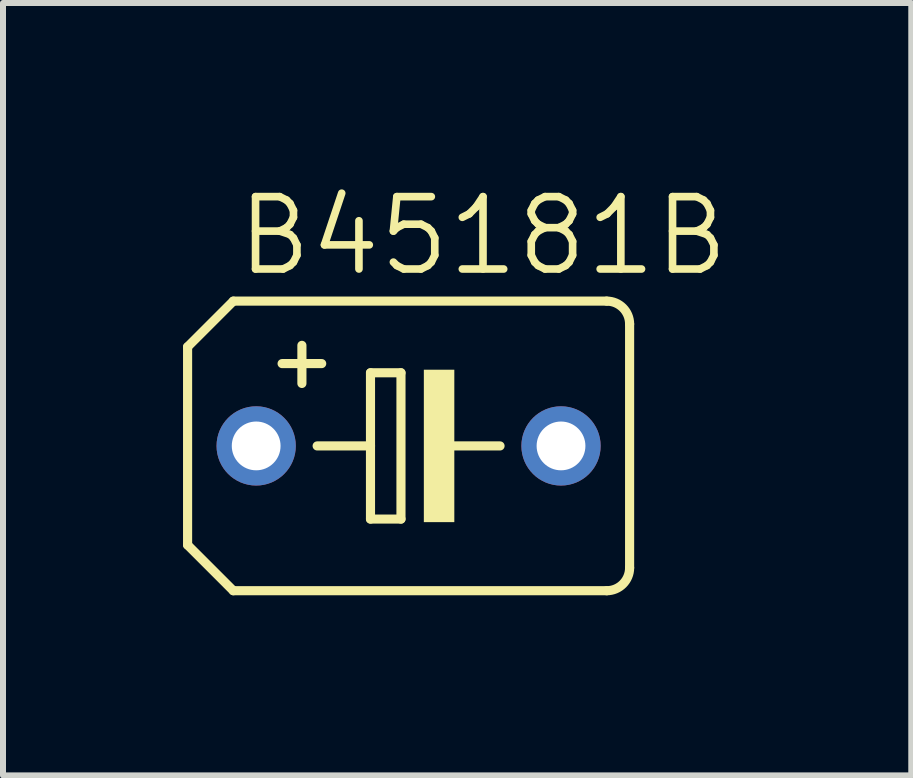
<source format=kicad_pcb>
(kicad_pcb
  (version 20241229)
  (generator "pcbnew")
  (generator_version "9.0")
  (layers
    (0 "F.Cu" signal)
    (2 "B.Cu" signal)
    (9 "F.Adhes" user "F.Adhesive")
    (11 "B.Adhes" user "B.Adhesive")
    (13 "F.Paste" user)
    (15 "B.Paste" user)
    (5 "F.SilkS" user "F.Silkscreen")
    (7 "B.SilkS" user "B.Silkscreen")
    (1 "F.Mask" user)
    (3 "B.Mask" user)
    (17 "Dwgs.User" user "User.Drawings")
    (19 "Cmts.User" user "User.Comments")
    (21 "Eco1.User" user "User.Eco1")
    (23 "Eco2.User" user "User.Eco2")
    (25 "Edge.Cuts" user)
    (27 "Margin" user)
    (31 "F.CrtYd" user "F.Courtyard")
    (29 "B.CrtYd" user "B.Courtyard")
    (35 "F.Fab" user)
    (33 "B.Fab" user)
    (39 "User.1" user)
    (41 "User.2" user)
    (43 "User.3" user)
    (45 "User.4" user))
  (footprint "B45181B"
    (layer "F.Cu")
    (at 3.759 4.381)
    (property "Reference" "B45181B" (at -2.921 -2.794 0) (layer "F.SilkS") (effects (font (size 1.206 1.206) (thickness 0.127)) (justify left bottom)))
    (attr through_hole)
    (fp_line (start -3.683 -1.651) (end -3.683 1.651) (stroke (width 0.152) (type solid)) (layer "F.SilkS"))
    (fp_line (start -3.683 -1.651) (end -2.921 -2.413) (stroke (width 0.152) (type solid)) (layer "F.SilkS"))
    (fp_line (start -2.921 2.413) (end -3.683 1.651) (stroke (width 0.152) (type solid)) (layer "F.SilkS"))
    (fp_line (start -2.921 2.413) (end 3.302 2.413) (stroke (width 0.152) (type solid)) (layer "F.SilkS"))
    (fp_line (start -1.778 -1.676) (end -1.778 -1.041) (stroke (width 0.152) (type solid)) (layer "F.SilkS"))
    (fp_line (start -1.524 0) (end -0.635 0) (stroke (width 0.152) (type solid)) (layer "F.SilkS"))
    (fp_line (start -1.448 -1.372) (end -2.108 -1.372) (stroke (width 0.152) (type solid)) (layer "F.SilkS"))
    (fp_line (start -0.635 -1.219) (end -0.635 0) (stroke (width 0.152) (type solid)) (layer "F.SilkS"))
    (fp_line (start -0.635 0) (end -0.635 1.219) (stroke (width 0.152) (type solid)) (layer "F.SilkS"))
    (fp_line (start -0.635 1.219) (end -0.127 1.219) (stroke (width 0.152) (type solid)) (layer "F.SilkS"))
    (fp_line (start -0.127 -1.219) (end -0.635 -1.219) (stroke (width 0.152) (type solid)) (layer "F.SilkS"))
    (fp_line (start -0.127 1.219) (end -0.127 -1.219) (stroke (width 0.152) (type solid)) (layer "F.SilkS"))
    (fp_line (start 0.635 0) (end 1.524 0) (stroke (width 0.152) (type solid)) (layer "F.SilkS"))
    (fp_line (start 3.302 -2.413) (end -2.921 -2.413) (stroke (width 0.152) (type solid)) (layer "F.SilkS"))
    (fp_line (start 3.683 -2.032) (end 3.683 2.032) (stroke (width 0.152) (type solid)) (layer "F.SilkS"))
    (fp_arc (start 3.302 -2.413) (mid 3.571408 -2.301408) (end 3.683 -2.032) (stroke (width 0.1524) (type solid)) (layer "F.SilkS"))
    (fp_arc (start 3.683 2.032) (mid 3.571408 2.301408) (end 3.302 2.413) (stroke (width 0.1524) (type solid)) (layer "F.SilkS"))
    (fp_poly (pts (xy 0.254 1.27) (xy 0.762 1.27) (xy 0.762 -1.27) (xy 0.254 -1.27)) (stroke (width 0) (type solid)) (fill yes) (layer "F.SilkS"))
    (pad "+" thru_hole circle (at -2.54 0) (size 1.321 1.321) (drill 0.813) (layers "*.Cu" "*.Mask"))
    (pad "-" thru_hole circle (at 2.54 0) (size 1.321 1.321) (drill 0.813) (layers "*.Cu" "*.Mask")))
  (gr_rect
    (start -3 -3)
    (end 12.136 9.871)
    (stroke (width 0.1) (type default))
    (fill no)
    (layer "Edge.Cuts")))
</source>
